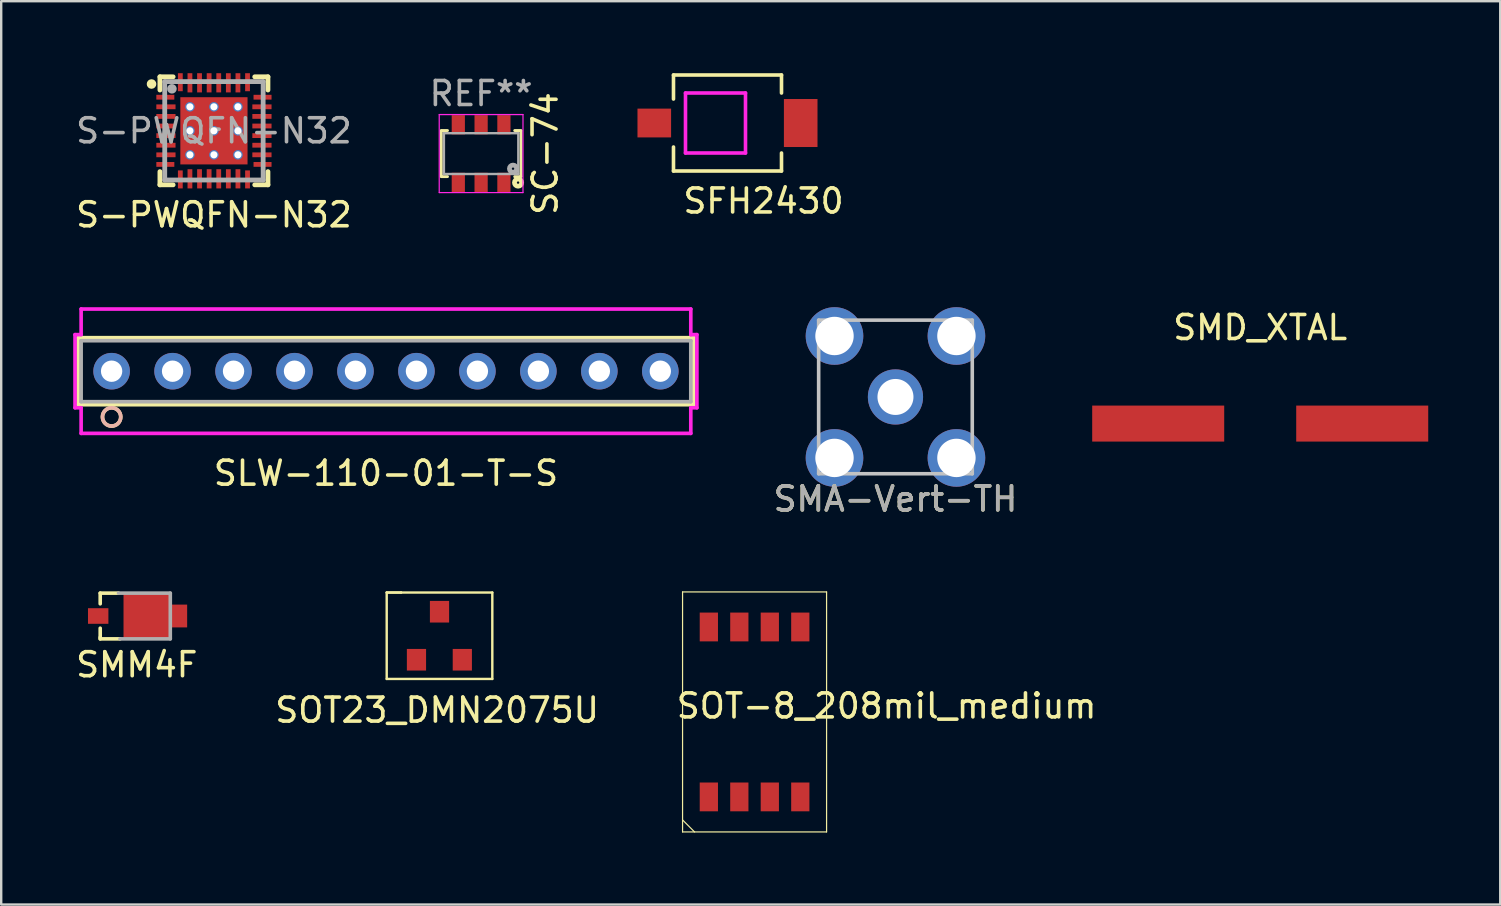
<source format=kicad_pcb>
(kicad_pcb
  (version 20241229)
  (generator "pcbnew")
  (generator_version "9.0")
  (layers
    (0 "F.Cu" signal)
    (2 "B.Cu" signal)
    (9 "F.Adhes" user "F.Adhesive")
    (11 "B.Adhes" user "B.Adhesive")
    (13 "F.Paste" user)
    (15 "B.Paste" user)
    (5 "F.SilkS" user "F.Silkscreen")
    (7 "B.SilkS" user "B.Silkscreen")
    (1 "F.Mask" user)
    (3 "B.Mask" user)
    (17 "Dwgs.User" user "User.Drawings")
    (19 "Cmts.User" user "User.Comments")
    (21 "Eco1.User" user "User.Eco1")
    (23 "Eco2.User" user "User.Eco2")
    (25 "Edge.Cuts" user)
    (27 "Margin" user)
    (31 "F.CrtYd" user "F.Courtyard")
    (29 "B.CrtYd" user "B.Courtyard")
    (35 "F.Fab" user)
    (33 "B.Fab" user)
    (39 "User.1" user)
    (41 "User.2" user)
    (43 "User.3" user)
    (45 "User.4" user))
  (footprint "SOT-8_208mil_medium"
    (layer "F.Cu")
    (at 28.387 26.611)
    (property "Reference" "SOT-8_208mil_medium" (at 5.5 -0.25 0) (layer "F.SilkS") (effects (font (size 1 1) (thickness 0.15))))
    (attr through_hole)
    (fp_line (start -3 -5) (end 3 -5) (stroke (width 0.05) (type solid)) (layer "F.SilkS"))
    (fp_line (start -3 5) (end -3 -5) (stroke (width 0.05) (type solid)) (layer "F.SilkS"))
    (fp_line (start -2.5 5) (end -3 4.5) (stroke (width 0.05) (type solid)) (layer "F.SilkS"))
    (fp_line (start 3 -5) (end 3 5) (stroke (width 0.05) (type solid)) (layer "F.SilkS"))
    (fp_line (start 3 5) (end -3 5) (stroke (width 0.05) (type solid)) (layer "F.SilkS"))
    (pad "1" smd rect (at -1.905 3.54) (size 0.76 1.2) (layers "F.Cu" "F.Mask" "F.Paste"))
    (pad "2" smd rect (at -0.635 3.54) (size 0.76 1.2) (layers "F.Cu" "F.Mask" "F.Paste"))
    (pad "3" smd rect (at 0.635 3.54) (size 0.76 1.2) (layers "F.Cu" "F.Mask" "F.Paste"))
    (pad "4" smd rect (at 1.905 3.54) (size 0.76 1.2) (layers "F.Cu" "F.Mask" "F.Paste"))
    (pad "5" smd rect (at 1.905 -3.54) (size 0.76 1.2) (layers "F.Cu" "F.Mask" "F.Paste"))
    (pad "6" smd rect (at 0.635 -3.54) (size 0.76 1.2) (layers "F.Cu" "F.Mask" "F.Paste"))
    (pad "7" smd rect (at -0.635 -3.54) (size 0.76 1.2) (layers "F.Cu" "F.Mask" "F.Paste"))
    (pad "8" smd rect (at -1.905 -3.54) (size 0.76 1.2) (layers "F.Cu" "F.Mask" "F.Paste")))
  (footprint "SMM4F"
    (layer "F.Cu")
    (at 2.458 22.614)
    (property "Reference" "SMM4F" (at 0.191 2.032 0) (layer "F.SilkS") (effects (font (size 1 1) (thickness 0.15))))
    (attr through_hole)
    (fp_line (start -1.333 -0.953) (end -1.333 -0.508) (stroke (width 0.15) (type solid)) (layer "F.SilkS"))
    (fp_line (start -1.333 -0.953) (end -0.572 -0.953) (stroke (width 0.15) (type solid)) (layer "F.SilkS"))
    (fp_line (start -1.333 0.508) (end -1.333 0.889) (stroke (width 0.15) (type solid)) (layer "F.SilkS"))
    (fp_line (start -1.333 0.889) (end -1.333 0.953) (stroke (width 0.15) (type solid)) (layer "F.SilkS"))
    (fp_line (start -1.333 0.953) (end -0.508 0.953) (stroke (width 0.15) (type solid)) (layer "F.SilkS"))
    (fp_line (start -0.572 -0.953) (end 1.587 -0.953) (stroke (width 0.15) (type solid)) (layer "F.Fab"))
    (fp_line (start 1.587 0.95) (end 1.587 -0.95) (stroke (width 0.15) (type solid)) (layer "F.Fab"))
    (fp_line (start 1.587 0.953) (end -0.508 0.953) (stroke (width 0.15) (type solid)) (layer "F.Fab"))
    (pad "A" smd rect (at -1.417 0) (size 0.85 0.65) (layers "F.Cu" "F.Mask" "F.Paste"))
    (pad "C" smd rect (at 0.638 0) (size 2 1.95) (layers "F.Cu" "F.Mask" "F.Paste"))
    (pad "C" smd rect (at 1.964 0) (size 0.65 0.95) (layers "F.Cu" "F.Mask" "F.Paste")))
  (footprint "SFH2430"
    (layer "F.Cu")
    (at 27.259 2.075)
    (property "Reference" "SFH2430" (at 1.5 3.25 0) (layer "F.SilkS") (effects (font (size 1 1) (thickness 0.15))))
    (attr through_hole)
    (fp_line (start -2.25 -2) (end 2.25 -2) (stroke (width 0.15) (type solid)) (layer "F.SilkS"))
    (fp_line (start -2.25 -1) (end -2.25 -2) (stroke (width 0.15) (type solid)) (layer "F.SilkS"))
    (fp_line (start -2.25 2) (end -2.25 1) (stroke (width 0.15) (type solid)) (layer "F.SilkS"))
    (fp_line (start -2.25 2) (end 2.25 2) (stroke (width 0.15) (type solid)) (layer "F.SilkS"))
    (fp_line (start 2.25 -2) (end 2.25 -1.25) (stroke (width 0.15) (type solid)) (layer "F.SilkS"))
    (fp_line (start 2.25 1.25) (end 2.25 2) (stroke (width 0.15) (type solid)) (layer "F.SilkS"))
    (fp_line (start -1.75 -1.25) (end -1.75 1.25) (stroke (width 0.15) (type solid)) (layer "F.CrtYd"))
    (fp_line (start -1.75 1.25) (end 0.75 1.25) (stroke (width 0.15) (type solid)) (layer "F.CrtYd"))
    (fp_line (start 0.75 -1.25) (end -1.75 -1.25) (stroke (width 0.15) (type solid)) (layer "F.CrtYd"))
    (fp_line (start 0.75 1.25) (end 0.75 -1.25) (stroke (width 0.15) (type solid)) (layer "F.CrtYd"))
    (pad "1" smd rect (at 3.05 0) (size 1.4 2) (layers "F.Cu" "F.Mask" "F.Paste"))
    (pad "2" smd rect (at -3.05 0) (size 1.4 1.2) (layers "F.Cu" "F.Mask" "F.Paste")))
  (footprint "SLW-110-01-T-S"
    (layer "F.Cu")
    (at 13.03 12.415)
    (property "Reference" "SLW-110-01-T-S" (at 0 4.25 0) (layer "F.SilkS") (effects (font (size 1 1) (thickness 0.15))))
    (attr through_hole)
    (fp_line (start -12.827 -1.397) (end -12.827 1.397) (stroke (width 0.152) (type solid)) (layer "F.SilkS"))
    (fp_line (start -12.827 1.397) (end 12.827 1.397) (stroke (width 0.152) (type solid)) (layer "F.SilkS"))
    (fp_line (start 12.827 -1.397) (end -12.827 -1.397) (stroke (width 0.152) (type solid)) (layer "F.SilkS"))
    (fp_line (start 12.827 1.397) (end 12.827 -1.397) (stroke (width 0.152) (type solid)) (layer "F.SilkS"))
    (fp_circle (center -11.43 1.905) (end -11.049 1.905) (stroke (width 0.152) (type solid)) (fill no) (layer "F.SilkS"))
    (fp_circle (center -11.43 1.905) (end -11.049 1.905) (stroke (width 0.152) (type solid)) (fill no) (layer "B.SilkS"))
    (fp_line (start -12.954 -1.524) (end -12.954 1.524) (stroke (width 0.152) (type solid)) (layer "F.CrtYd"))
    (fp_line (start -12.954 1.524) (end -12.7 1.524) (stroke (width 0.152) (type solid)) (layer "F.CrtYd"))
    (fp_line (start -12.7 -2.591) (end -12.7 -1.524) (stroke (width 0.152) (type solid)) (layer "F.CrtYd"))
    (fp_line (start -12.7 -1.524) (end -12.954 -1.524) (stroke (width 0.152) (type solid)) (layer "F.CrtYd"))
    (fp_line (start -12.7 1.524) (end -12.7 2.591) (stroke (width 0.152) (type solid)) (layer "F.CrtYd"))
    (fp_line (start -12.7 2.591) (end 12.7 2.591) (stroke (width 0.152) (type solid)) (layer "F.CrtYd"))
    (fp_line (start 12.7 -2.591) (end -12.7 -2.591) (stroke (width 0.152) (type solid)) (layer "F.CrtYd"))
    (fp_line (start 12.7 -1.524) (end 12.7 -2.591) (stroke (width 0.152) (type solid)) (layer "F.CrtYd"))
    (fp_line (start 12.7 1.524) (end 12.954 1.524) (stroke (width 0.152) (type solid)) (layer "F.CrtYd"))
    (fp_line (start 12.7 2.591) (end 12.7 1.524) (stroke (width 0.152) (type solid)) (layer "F.CrtYd"))
    (fp_line (start 12.954 -1.524) (end 12.7 -1.524) (stroke (width 0.152) (type solid)) (layer "F.CrtYd"))
    (fp_line (start 12.954 1.524) (end 12.954 -1.524) (stroke (width 0.152) (type solid)) (layer "F.CrtYd"))
    (fp_line (start -12.7 -1.27) (end -12.7 1.27) (stroke (width 0.152) (type solid)) (layer "F.Fab"))
    (fp_line (start -12.7 1.27) (end 12.7 1.27) (stroke (width 0.152) (type solid)) (layer "F.Fab"))
    (fp_line (start 12.7 -1.27) (end -12.7 -1.27) (stroke (width 0.152) (type solid)) (layer "F.Fab"))
    (fp_line (start 12.7 1.27) (end 12.7 -1.27) (stroke (width 0.152) (type solid)) (layer "F.Fab"))
    (fp_circle (center -11.43 0) (end -11.176 0) (stroke (width 0.152) (type solid)) (fill no) (layer "F.Fab"))
    (fp_text user "Copyright 2016 Accelerated Designs. All rights reserved." (at 0 0 0) (layer "Cmts.User") (effects (font (size 0.127 0.127) (thickness 0.002))))
    (pad "1" thru_hole circle (at -11.43 0 90) (size 1.524 1.524) (drill 0.889) (layers "*.Cu" "*.Mask"))
    (pad "2" thru_hole circle (at -8.89 0 90) (size 1.524 1.524) (drill 0.889) (layers "*.Cu" "*.Mask"))
    (pad "3" thru_hole circle (at -6.35 0 90) (size 1.524 1.524) (drill 0.889) (layers "*.Cu" "*.Mask"))
    (pad "4" thru_hole circle (at -3.81 0 90) (size 1.524 1.524) (drill 0.889) (layers "*.Cu" "*.Mask"))
    (pad "5" thru_hole circle (at -1.27 0 90) (size 1.524 1.524) (drill 0.889) (layers "*.Cu" "*.Mask"))
    (pad "6" thru_hole circle (at 1.27 0 90) (size 1.524 1.524) (drill 0.889) (layers "*.Cu" "*.Mask"))
    (pad "7" thru_hole circle (at 3.81 0 90) (size 1.524 1.524) (drill 0.889) (layers "*.Cu" "*.Mask"))
    (pad "8" thru_hole circle (at 6.35 0 90) (size 1.524 1.524) (drill 0.889) (layers "*.Cu" "*.Mask"))
    (pad "9" thru_hole circle (at 8.89 0 90) (size 1.524 1.524) (drill 0.889) (layers "*.Cu" "*.Mask"))
    (pad "10" thru_hole circle (at 11.43 0 90) (size 1.524 1.524) (drill 0.889) (layers "*.Cu" "*.Mask")))
  (footprint "SOT23_DMN2075U"
    (layer "F.Cu")
    (at 15.261 23.436)
    (property "Reference" "SOT23_DMN2075U" (at -0.1 3.1 0) (layer "F.SilkS") (effects (font (size 1 1) (thickness 0.15))))
    (attr through_hole)
    (fp_line (start -2.2 -1.8) (end -1.6 -1.8) (stroke (width 0.1) (type solid)) (layer "F.SilkS"))
    (fp_line (start -2.2 1.8) (end -2.2 -1.8) (stroke (width 0.1) (type solid)) (layer "F.SilkS"))
    (fp_line (start -1.6 -1.8) (end -2.2 -1.8) (stroke (width 0.1) (type solid)) (layer "F.SilkS"))
    (fp_line (start -1.6 -1.8) (end 2.2 -1.8) (stroke (width 0.1) (type solid)) (layer "F.SilkS"))
    (fp_line (start 2.2 -1.8) (end 2.2 1.8) (stroke (width 0.1) (type solid)) (layer "F.SilkS"))
    (fp_line (start 2.2 1.8) (end -2.2 1.8) (stroke (width 0.1) (type solid)) (layer "F.SilkS"))
    (pad "1" smd rect (at 0 -1) (size 0.8 0.9) (layers "F.Cu" "F.Mask" "F.Paste"))
    (pad "2" smd rect (at -0.96 1) (size 0.8 0.9) (layers "F.Cu" "F.Mask" "F.Paste"))
    (pad "3" smd rect (at 0.95 1) (size 0.8 0.9) (layers "F.Cu" "F.Mask" "F.Paste")))
  (footprint "SC-74"
    (layer "F.Cu")
    (at 16.994 3.348)
    (property "Reference" "SC-74" (at 2.667 0 90) (layer "F.SilkS") (effects (font (size 1 1) (thickness 0.15))))
    (attr through_hole)
    (fp_line (start -1.66 -0.94) (end -1.66 0.94) (stroke (width 0.12) (type solid)) (layer "F.SilkS"))
    (fp_line (start -1.66 0.96) (end -1.4 0.96) (stroke (width 0.12) (type solid)) (layer "F.SilkS"))
    (fp_line (start -1.4 -0.96) (end -1.66 -0.96) (stroke (width 0.12) (type solid)) (layer "F.SilkS"))
    (fp_line (start 1.4 -0.96) (end 1.66 -0.96) (stroke (width 0.12) (type solid)) (layer "F.SilkS"))
    (fp_line (start 1.66 -0.94) (end 1.66 0.94) (stroke (width 0.12) (type solid)) (layer "F.SilkS"))
    (fp_line (start 1.66 0.96) (end 1.4 0.96) (stroke (width 0.12) (type solid)) (layer "F.SilkS"))
    (fp_circle (center 1.54 1.21) (end 1.59 1.21) (stroke (width 0.2) (type solid)) (fill no) (layer "F.SilkS"))
    (fp_line (start -1.745 -1.625) (end -1.745 1.625) (stroke (width 0.05) (type solid)) (layer "F.CrtYd"))
    (fp_line (start -1.745 1.625) (end 1.745 1.625) (stroke (width 0.05) (type solid)) (layer "F.CrtYd"))
    (fp_line (start 1.745 -1.625) (end -1.745 -1.625) (stroke (width 0.05) (type solid)) (layer "F.CrtYd"))
    (fp_line (start 1.745 1.625) (end 1.745 -1.625) (stroke (width 0.05) (type solid)) (layer "F.CrtYd"))
    (fp_line (start -1.55 -0.85) (end 1.55 -0.85) (stroke (width 0.1) (type solid)) (layer "F.Fab"))
    (fp_line (start -1.55 0.85) (end -1.55 -0.85) (stroke (width 0.1) (type solid)) (layer "F.Fab"))
    (fp_line (start 1.55 -0.85) (end 1.55 0.85) (stroke (width 0.1) (type solid)) (layer "F.Fab"))
    (fp_line (start 1.55 0.85) (end -1.55 0.85) (stroke (width 0.1) (type solid)) (layer "F.Fab"))
    (fp_circle (center 1.33 0.63) (end 1.38 0.63) (stroke (width 0.2) (type solid)) (fill no) (layer "F.Fab"))
    (fp_text user "REF**" (at 0 -2.5 0) (layer "F.Fab") (effects (font (size 1 1) (thickness 0.15))))
    (pad "1" smd rect (at 0.95 1.2) (size 0.55 0.8) (layers "F.Cu" "F.Mask" "F.Paste"))
    (pad "2" smd rect (at 0 1.2) (size 0.55 0.8) (layers "F.Cu" "F.Mask" "F.Paste"))
    (pad "3" smd rect (at -0.95 1.2) (size 0.55 0.8) (layers "F.Cu" "F.Mask" "F.Paste"))
    (pad "4" smd rect (at -0.95 -1.2) (size 0.55 0.8) (layers "F.Cu" "F.Mask" "F.Paste"))
    (pad "5" smd rect (at 0 -1.2) (size 0.55 0.8) (layers "F.Cu" "F.Mask" "F.Paste"))
    (pad "6" smd rect (at 0.95 -1.2) (size 0.55 0.8) (layers "F.Cu" "F.Mask" "F.Paste")))
  (footprint "SMD_XTAL"
    (layer "F.Cu")
    (at 49.453 14.597)
    (property "Reference" "SMD_XTAL" (at 0 -4 0) (layer "F.SilkS") (effects (font (size 1 1) (thickness 0.15))))
    (attr through_hole)
    (pad "1" smd rect (at -4.25 0) (size 5.5 1.5) (layers "F.Cu" "F.Mask" "F.Paste"))
    (pad "2" smd rect (at 4.25 0) (size 5.5 1.5) (layers "F.Cu" "F.Mask" "F.Paste")))
  (footprint "S-PWQFN-N32"
    (layer "F.Cu")
    (at 5.863 2.4)
    (property "Reference" "S-PWQFN-N32" (at 0 3.5 0) (layer "F.SilkS") (effects (font (size 1 1) (thickness 0.15))))
    (attr through_hole)
    (fp_line (start -2.25 -2.25) (end -2.25 -1.7) (stroke (width 0.2) (type solid)) (layer "F.SilkS"))
    (fp_line (start -2.25 1.7) (end -2.25 2.25) (stroke (width 0.2) (type solid)) (layer "F.SilkS"))
    (fp_line (start -1.7 -2.25) (end -2.25 -2.25) (stroke (width 0.2) (type solid)) (layer "F.SilkS"))
    (fp_line (start -1.7 2.25) (end -2.25 2.25) (stroke (width 0.2) (type solid)) (layer "F.SilkS"))
    (fp_line (start 2.25 -2.25) (end 1.7 -2.25) (stroke (width 0.2) (type solid)) (layer "F.SilkS"))
    (fp_line (start 2.25 -2.25) (end 2.25 -1.7) (stroke (width 0.2) (type solid)) (layer "F.SilkS"))
    (fp_line (start 2.25 1.7) (end 2.25 2.25) (stroke (width 0.2) (type solid)) (layer "F.SilkS"))
    (fp_line (start 2.25 2.25) (end 1.7 2.25) (stroke (width 0.2) (type solid)) (layer "F.SilkS"))
    (fp_circle (center -2.6 -1.95) (end -2.5 -1.95) (stroke (width 0.2) (type solid)) (fill no) (layer "F.SilkS"))
    (fp_line (start -2.05 -2.05) (end -2.05 2.05) (stroke (width 0.2) (type solid)) (layer "F.Fab"))
    (fp_line (start -2.05 2.05) (end 2.05 2.05) (stroke (width 0.2) (type solid)) (layer "F.Fab"))
    (fp_line (start 2.05 -2.05) (end -2.05 -2.05) (stroke (width 0.2) (type solid)) (layer "F.Fab"))
    (fp_line (start 2.05 2.05) (end 2.05 -2.05) (stroke (width 0.2) (type solid)) (layer "F.Fab"))
    (fp_circle (center -1.75 -1.75) (end -1.65 -1.75) (stroke (width 0.2) (type solid)) (fill no) (layer "F.Fab"))
    (fp_text user "${REFERENCE}" (at 0 0 0) (layer "F.Fab") (effects (font (size 1 1) (thickness 0.15))))
    (pad "" smd rect (at -0.75 -0.75) (size 1.2 1.2) (layers "F.Paste"))
    (pad "" smd rect (at -0.75 0.75) (size 1.2 1.2) (layers "F.Paste"))
    (pad "" smd rect (at 0.75 -0.75) (size 1.2 1.2) (layers "F.Paste"))
    (pad "" smd rect (at 0.75 0.75) (size 1.2 1.2) (layers "F.Paste"))
    (pad "1" smd rect (at -2.025 -1.4) (size 0.75 0.2) (layers "F.Cu" "F.Mask" "F.Paste"))
    (pad "2" smd rect (at -2 -1) (size 0.8 0.2) (layers "F.Cu" "F.Mask" "F.Paste"))
    (pad "3" smd rect (at -2 -0.6) (size 0.8 0.2) (layers "F.Cu" "F.Mask" "F.Paste"))
    (pad "4" smd rect (at -2 -0.2) (size 0.8 0.2) (layers "F.Cu" "F.Mask" "F.Paste"))
    (pad "5" smd rect (at -2 0.2) (size 0.8 0.2) (layers "F.Cu" "F.Mask" "F.Paste"))
    (pad "6" smd rect (at -2 0.6) (size 0.8 0.2) (layers "F.Cu" "F.Mask" "F.Paste"))
    (pad "7" smd rect (at -2 1) (size 0.8 0.2) (layers "F.Cu" "F.Mask" "F.Paste"))
    (pad "8" smd rect (at -2.025 1.4) (size 0.75 0.2) (layers "F.Cu" "F.Mask" "F.Paste"))
    (pad "9" smd rect (at -1.4 2.025) (size 0.2 0.75) (layers "F.Cu" "F.Mask" "F.Paste"))
    (pad "10" smd rect (at -1 2) (size 0.2 0.8) (layers "F.Cu" "F.Mask" "F.Paste"))
    (pad "11" smd rect (at -0.6 2) (size 0.2 0.8) (layers "F.Cu" "F.Mask" "F.Paste"))
    (pad "12" smd rect (at -0.2 2) (size 0.2 0.8) (layers "F.Cu" "F.Mask" "F.Paste"))
    (pad "13" smd rect (at 0.2 2) (size 0.2 0.8) (layers "F.Cu" "F.Mask" "F.Paste"))
    (pad "14" smd rect (at 0.6 2) (size 0.2 0.8) (layers "F.Cu" "F.Mask" "F.Paste"))
    (pad "15" smd rect (at 1 2) (size 0.2 0.8) (layers "F.Cu" "F.Mask" "F.Paste"))
    (pad "16" smd rect (at 1.4 2.025) (size 0.2 0.75) (layers "F.Cu" "F.Mask" "F.Paste"))
    (pad "17" smd rect (at 2.025 1.4) (size 0.75 0.2) (layers "F.Cu" "F.Mask" "F.Paste"))
    (pad "18" smd rect (at 2 1) (size 0.8 0.2) (layers "F.Cu" "F.Mask" "F.Paste"))
    (pad "19" smd rect (at 2 0.6) (size 0.8 0.2) (layers "F.Cu" "F.Mask" "F.Paste"))
    (pad "20" smd rect (at 2 0.2) (size 0.8 0.2) (layers "F.Cu" "F.Mask" "F.Paste"))
    (pad "21" smd rect (at 2 -0.2) (size 0.8 0.2) (layers "F.Cu" "F.Mask" "F.Paste"))
    (pad "22" smd rect (at 2 -0.6) (size 0.8 0.2) (layers "F.Cu" "F.Mask" "F.Paste"))
    (pad "23" smd rect (at 2 -1) (size 0.8 0.2) (layers "F.Cu" "F.Mask" "F.Paste"))
    (pad "24" smd rect (at 2.025 -1.4) (size 0.75 0.2) (layers "F.Cu" "F.Mask" "F.Paste"))
    (pad "25" smd rect (at 1.4 -2.025) (size 0.2 0.75) (layers "F.Cu" "F.Mask" "F.Paste"))
    (pad "26" smd rect (at 1 -2) (size 0.2 0.8) (layers "F.Cu" "F.Mask" "F.Paste"))
    (pad "27" smd rect (at 0.6 -2) (size 0.2 0.8) (layers "F.Cu" "F.Mask" "F.Paste"))
    (pad "28" smd rect (at 0.2 -2) (size 0.2 0.8) (layers "F.Cu" "F.Mask" "F.Paste"))
    (pad "29" smd rect (at -0.2 -2) (size 0.2 0.8) (layers "F.Cu" "F.Mask" "F.Paste"))
    (pad "30" smd rect (at -0.6 -2) (size 0.2 0.8) (layers "F.Cu" "F.Mask" "F.Paste"))
    (pad "31" smd rect (at -1 -2) (size 0.2 0.8) (layers "F.Cu" "F.Mask" "F.Paste"))
    (pad "32" smd rect (at -1.4 -2.025) (size 0.2 0.75) (layers "F.Cu" "F.Mask" "F.Paste"))
    (pad "33" thru_hole circle (at -1 -1) (size 0.4 0.4) (drill 0.3) (layers "*.Cu"))
    (pad "33" thru_hole circle (at -1 0) (size 0.4 0.4) (drill 0.3) (layers "*.Cu"))
    (pad "33" thru_hole circle (at -1 1) (size 0.4 0.4) (drill 0.3) (layers "*.Cu"))
    (pad "33" thru_hole circle (at 0 -1) (size 0.4 0.4) (drill 0.3) (layers "*.Cu"))
    (pad "33" thru_hole circle (at 0 0) (size 0.4 0.4) (drill 0.3) (layers "*.Cu"))
    (pad "33" smd rect (at 0 0) (size 2.8 2.8) (layers "F.Cu" "F.Mask"))
    (pad "33" thru_hole circle (at 0 1) (size 0.4 0.4) (drill 0.3) (layers "*.Cu"))
    (pad "33" thru_hole circle (at 1 -1) (size 0.4 0.4) (drill 0.3) (layers "*.Cu"))
    (pad "33" thru_hole circle (at 1 0) (size 0.4 0.4) (drill 0.3) (layers "*.Cu"))
    (pad "33" thru_hole circle (at 1 1) (size 0.4 0.4) (drill 0.3) (layers "*.Cu")))
  (footprint "SMA-Vert-TH"
    (layer "F.Cu")
    (at 34.257 13.488)
    (property "Reference" "SMA-Vert-TH" (at 0 4.25 0) (layer "F.SilkS") (effects (font (size 1 1) (thickness 0.15))))
    (attr through_hole)
    (fp_line (start -3.2 -3.2) (end 3.2 -3.2) (stroke (width 0.15) (type solid)) (layer "Dwgs.User"))
    (fp_line (start -3.2 3.2) (end -3.2 -3.2) (stroke (width 0.15) (type solid)) (layer "Dwgs.User"))
    (fp_line (start 3.2 -3.2) (end 3.2 3.2) (stroke (width 0.15) (type solid)) (layer "Dwgs.User"))
    (fp_line (start 3.2 3.2) (end -3.2 3.2) (stroke (width 0.15) (type solid)) (layer "Dwgs.User"))
    (fp_text user "${REFERENCE}" (at 0 4.25 0) (layer "F.Fab") (effects (font (size 1 1) (thickness 0.15))))
    (pad "1" thru_hole circle (at 0 0) (size 2.3 2.3) (drill 1.5) (layers "*.Cu" "*.Mask"))
    (pad "2" thru_hole circle (at -2.54 -2.54) (size 2.4 2.4) (drill 1.6) (layers "*.Cu" "*.Mask"))
    (pad "2" thru_hole circle (at -2.54 2.54) (size 2.4 2.4) (drill 1.6) (layers "*.Cu" "*.Mask"))
    (pad "2" thru_hole circle (at 2.54 -2.54) (size 2.4 2.4) (drill 1.6) (layers "*.Cu" "*.Mask"))
    (pad "2" thru_hole circle (at 2.54 2.54) (size 2.4 2.4) (drill 1.6) (layers "*.Cu" "*.Mask")))
  (gr_rect
    (start -3 -3)
    (end 59.453 34.636)
    (stroke (width 0.1) (type default))
    (fill no)
    (layer "Edge.Cuts")))
</source>
